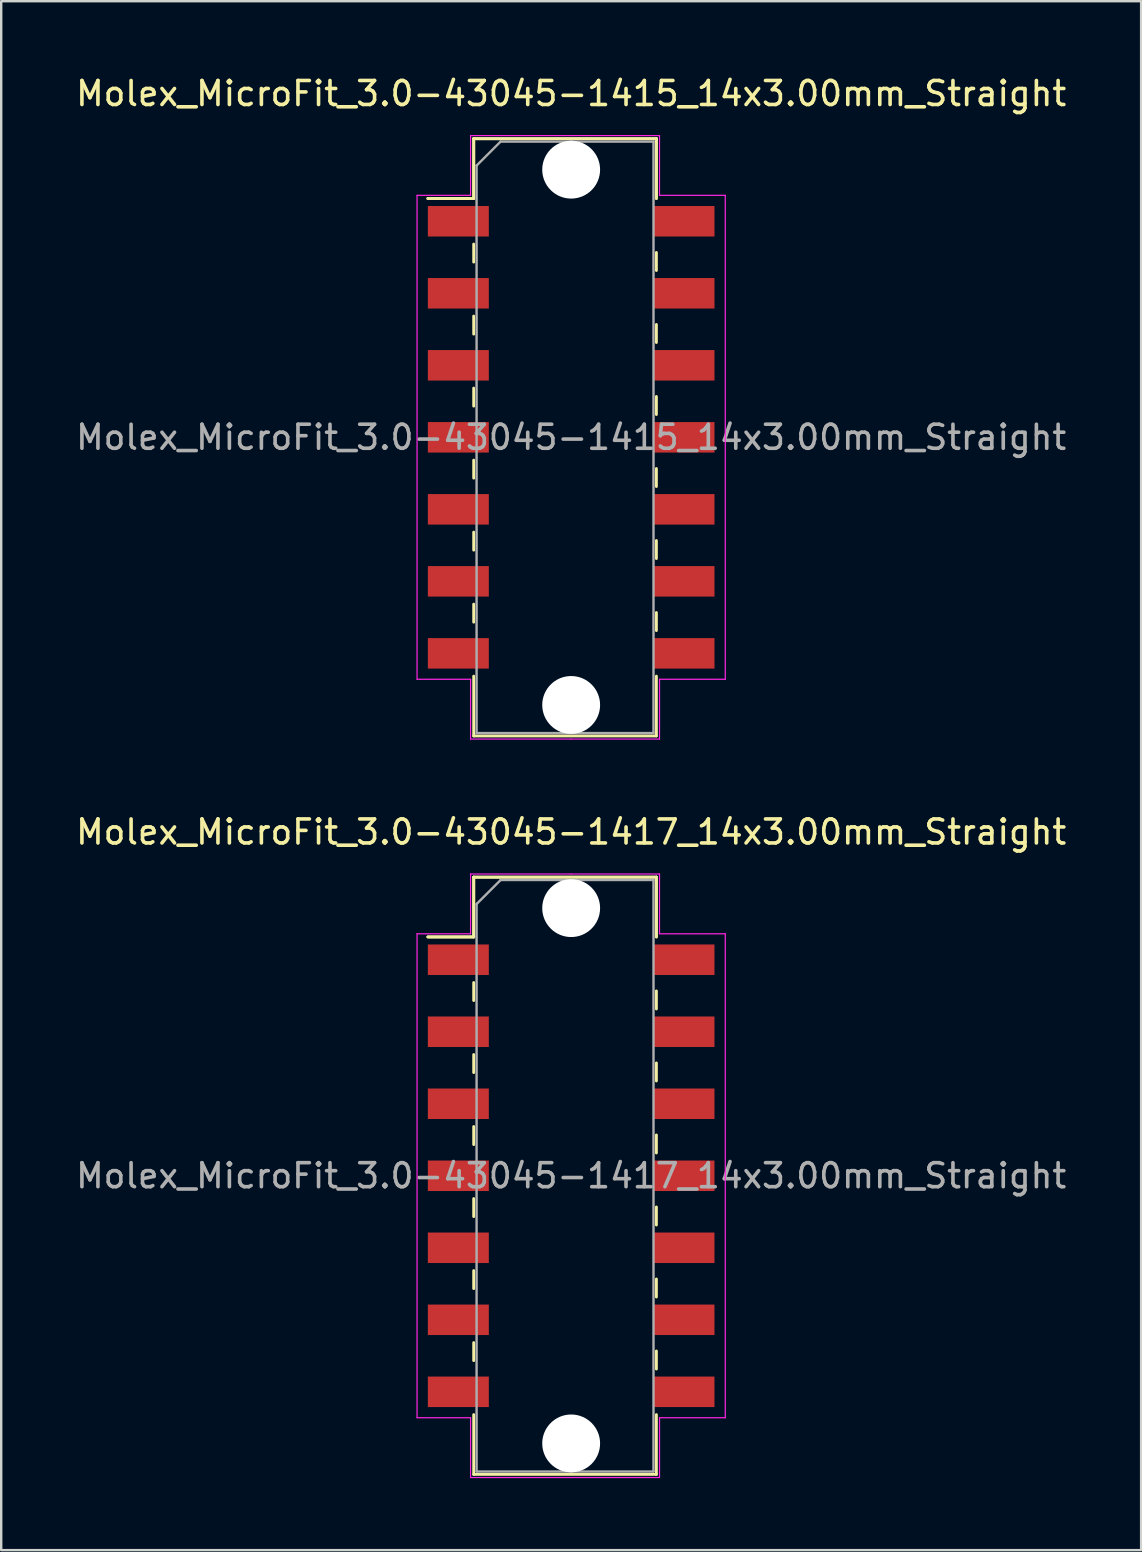
<source format=kicad_pcb>
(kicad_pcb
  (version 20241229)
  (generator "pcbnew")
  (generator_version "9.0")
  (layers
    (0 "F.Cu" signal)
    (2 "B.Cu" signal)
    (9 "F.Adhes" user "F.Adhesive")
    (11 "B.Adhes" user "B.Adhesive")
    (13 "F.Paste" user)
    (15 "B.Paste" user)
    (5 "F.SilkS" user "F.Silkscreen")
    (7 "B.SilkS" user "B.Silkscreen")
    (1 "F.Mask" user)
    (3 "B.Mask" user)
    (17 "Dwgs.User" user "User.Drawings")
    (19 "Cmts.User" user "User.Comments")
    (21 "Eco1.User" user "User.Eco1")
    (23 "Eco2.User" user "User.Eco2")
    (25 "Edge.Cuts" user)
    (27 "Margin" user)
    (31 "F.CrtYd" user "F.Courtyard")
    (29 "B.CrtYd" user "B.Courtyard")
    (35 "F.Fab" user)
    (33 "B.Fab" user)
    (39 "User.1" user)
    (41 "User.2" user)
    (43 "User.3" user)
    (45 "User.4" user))
  (footprint "Molex_MicroFit_3.0-43045-1417_14x3.00mm_Straight"
    (layer "F.Cu")
    (at 20.744 45.931)
    (property "Reference" "Molex_MicroFit_3.0-43045-1417_14x3.00mm_Straight" (at 0 -14.32 0) (layer "F.SilkS") (effects (font (size 1 1) (thickness 0.15))))
    (attr smd)
    (fp_line (start -5.97 -9.95) (end -4.06 -9.95) (stroke (width 0.12) (type solid)) (layer "F.SilkS"))
    (fp_line (start -5.97 -9.95) (end -4.06 -9.95) (stroke (width 0.12) (type solid)) (layer "F.SilkS"))
    (fp_line (start -4.06 -12.44) (end 3.55 -12.44) (stroke (width 0.12) (type solid)) (layer "F.SilkS"))
    (fp_line (start -4.06 -12.44) (end 3.55 -12.44) (stroke (width 0.12) (type solid)) (layer "F.SilkS"))
    (fp_line (start -4.06 -9.95) (end -4.06 -12.44) (stroke (width 0.12) (type solid)) (layer "F.SilkS"))
    (fp_line (start -4.06 -9.95) (end -4.06 -12.44) (stroke (width 0.12) (type solid)) (layer "F.SilkS"))
    (fp_line (start -4.06 -8.05) (end -4.06 -7.3) (stroke (width 0.12) (type solid)) (layer "F.SilkS"))
    (fp_line (start -4.06 -5.05) (end -4.06 -4.3) (stroke (width 0.12) (type solid)) (layer "F.SilkS"))
    (fp_line (start -4.06 -2.05) (end -4.06 -1.3) (stroke (width 0.12) (type solid)) (layer "F.SilkS"))
    (fp_line (start -4.06 0.95) (end -4.06 1.7) (stroke (width 0.12) (type solid)) (layer "F.SilkS"))
    (fp_line (start -4.06 3.95) (end -4.06 4.7) (stroke (width 0.12) (type solid)) (layer "F.SilkS"))
    (fp_line (start -4.06 6.95) (end -4.06 7.7) (stroke (width 0.12) (type solid)) (layer "F.SilkS"))
    (fp_line (start -4.06 12.44) (end -4.06 9.95) (stroke (width 0.12) (type solid)) (layer "F.SilkS"))
    (fp_line (start 3.55 -12.44) (end 3.55 -9.95) (stroke (width 0.12) (type solid)) (layer "F.SilkS"))
    (fp_line (start 3.55 -12.44) (end 3.55 -9.95) (stroke (width 0.12) (type solid)) (layer "F.SilkS"))
    (fp_line (start 3.55 -6.95) (end 3.55 -7.7) (stroke (width 0.12) (type solid)) (layer "F.SilkS"))
    (fp_line (start 3.55 -3.95) (end 3.55 -4.7) (stroke (width 0.12) (type solid)) (layer "F.SilkS"))
    (fp_line (start 3.55 -0.95) (end 3.55 -1.7) (stroke (width 0.12) (type solid)) (layer "F.SilkS"))
    (fp_line (start 3.55 2.05) (end 3.55 1.3) (stroke (width 0.12) (type solid)) (layer "F.SilkS"))
    (fp_line (start 3.55 5.05) (end 3.55 4.3) (stroke (width 0.12) (type solid)) (layer "F.SilkS"))
    (fp_line (start 3.55 8.05) (end 3.55 7.3) (stroke (width 0.12) (type solid)) (layer "F.SilkS"))
    (fp_line (start 3.55 9.95) (end 3.55 12.44) (stroke (width 0.12) (type solid)) (layer "F.SilkS"))
    (fp_line (start 3.55 12.44) (end -4.06 12.44) (stroke (width 0.12) (type solid)) (layer "F.SilkS"))
    (fp_line (start -6.42 -10.08) (end -4.19 -10.08) (stroke (width 0.05) (type solid)) (layer "F.CrtYd"))
    (fp_line (start -6.42 10.08) (end -6.42 -10.08) (stroke (width 0.05) (type solid)) (layer "F.CrtYd"))
    (fp_line (start -4.19 -12.57) (end 0 -12.57) (stroke (width 0.05) (type solid)) (layer "F.CrtYd"))
    (fp_line (start -4.19 -10.08) (end -4.19 -12.57) (stroke (width 0.05) (type solid)) (layer "F.CrtYd"))
    (fp_line (start -4.19 10.08) (end -6.42 10.08) (stroke (width 0.05) (type solid)) (layer "F.CrtYd"))
    (fp_line (start -4.19 12.57) (end -4.19 10.08) (stroke (width 0.05) (type solid)) (layer "F.CrtYd"))
    (fp_line (start 0 -12.57) (end 3.68 -12.57) (stroke (width 0.05) (type solid)) (layer "F.CrtYd"))
    (fp_line (start 0 12.57) (end -4.19 12.57) (stroke (width 0.05) (type solid)) (layer "F.CrtYd"))
    (fp_line (start 3.68 -12.57) (end 3.68 -10.08) (stroke (width 0.05) (type solid)) (layer "F.CrtYd"))
    (fp_line (start 3.68 -10.08) (end 6.42 -10.08) (stroke (width 0.05) (type solid)) (layer "F.CrtYd"))
    (fp_line (start 3.68 10.08) (end 3.68 12.57) (stroke (width 0.05) (type solid)) (layer "F.CrtYd"))
    (fp_line (start 3.68 12.57) (end 0 12.57) (stroke (width 0.05) (type solid)) (layer "F.CrtYd"))
    (fp_line (start 6.42 -10.08) (end 6.42 10.08) (stroke (width 0.05) (type solid)) (layer "F.CrtYd"))
    (fp_line (start 6.42 10.08) (end 3.68 10.08) (stroke (width 0.05) (type solid)) (layer "F.CrtYd"))
    (fp_line (start -3.94 -11.32) (end -2.94 -12.32) (stroke (width 0.1) (type solid)) (layer "F.Fab"))
    (fp_line (start -3.94 12.32) (end -3.94 -11.32) (stroke (width 0.1) (type solid)) (layer "F.Fab"))
    (fp_line (start -2.94 -12.32) (end 0 -12.32) (stroke (width 0.1) (type solid)) (layer "F.Fab"))
    (fp_line (start 0 -12.32) (end 3.43 -12.32) (stroke (width 0.1) (type solid)) (layer "F.Fab"))
    (fp_line (start 0 12.32) (end -3.94 12.32) (stroke (width 0.1) (type solid)) (layer "F.Fab"))
    (fp_line (start 3.43 -12.32) (end 3.43 12.32) (stroke (width 0.1) (type solid)) (layer "F.Fab"))
    (fp_line (start 3.43 12.32) (end 0 12.32) (stroke (width 0.1) (type solid)) (layer "F.Fab"))
    (fp_text user "${REFERENCE}" (at 0 0 0) (layer "F.Fab") (effects (font (size 1 1) (thickness 0.15))))
    (pad "" np_thru_hole circle (at 0 -11.15) (size 2.41 2.41) (drill 2.41) (layers "*.Cu"))
    (pad "" np_thru_hole circle (at 0 11.15) (size 2.41 2.41) (drill 2.41) (layers "*.Cu"))
    (pad "1" smd rect (at -4.7 -9) (size 2.54 1.27) (layers "F.Cu" "F.Mask" "F.Paste"))
    (pad "2" smd rect (at -4.7 -6) (size 2.54 1.27) (layers "F.Cu" "F.Mask" "F.Paste"))
    (pad "3" smd rect (at -4.7 -3) (size 2.54 1.27) (layers "F.Cu" "F.Mask" "F.Paste"))
    (pad "4" smd rect (at -4.7 0) (size 2.54 1.27) (layers "F.Cu" "F.Mask" "F.Paste"))
    (pad "5" smd rect (at -4.7 3) (size 2.54 1.27) (layers "F.Cu" "F.Mask" "F.Paste"))
    (pad "6" smd rect (at -4.7 6) (size 2.54 1.27) (layers "F.Cu" "F.Mask" "F.Paste"))
    (pad "7" smd rect (at -4.7 9) (size 2.54 1.27) (layers "F.Cu" "F.Mask" "F.Paste"))
    (pad "8" smd rect (at 4.7 9) (size 2.54 1.27) (layers "F.Cu" "F.Mask" "F.Paste"))
    (pad "9" smd rect (at 4.7 6) (size 2.54 1.27) (layers "F.Cu" "F.Mask" "F.Paste"))
    (pad "10" smd rect (at 4.7 3) (size 2.54 1.27) (layers "F.Cu" "F.Mask" "F.Paste"))
    (pad "11" smd rect (at 4.7 0) (size 2.54 1.27) (layers "F.Cu" "F.Mask" "F.Paste"))
    (pad "12" smd rect (at 4.7 -3) (size 2.54 1.27) (layers "F.Cu" "F.Mask" "F.Paste"))
    (pad "13" smd rect (at 4.7 -6) (size 2.54 1.27) (layers "F.Cu" "F.Mask" "F.Paste"))
    (pad "14" smd rect (at 4.7 -9) (size 2.54 1.27) (layers "F.Cu" "F.Mask" "F.Paste")))
  (footprint "Molex_MicroFit_3.0-43045-1415_14x3.00mm_Straight"
    (layer "F.Cu")
    (at 20.744 15.168)
    (property "Reference" "Molex_MicroFit_3.0-43045-1415_14x3.00mm_Straight" (at 0 -14.32 0) (layer "F.SilkS") (effects (font (size 1 1) (thickness 0.15))))
    (attr smd)
    (fp_line (start -5.97 -9.95) (end -4.06 -9.95) (stroke (width 0.12) (type solid)) (layer "F.SilkS"))
    (fp_line (start -5.97 -9.95) (end -4.06 -9.95) (stroke (width 0.12) (type solid)) (layer "F.SilkS"))
    (fp_line (start -4.06 -12.44) (end 3.55 -12.44) (stroke (width 0.12) (type solid)) (layer "F.SilkS"))
    (fp_line (start -4.06 -12.44) (end 3.55 -12.44) (stroke (width 0.12) (type solid)) (layer "F.SilkS"))
    (fp_line (start -4.06 -9.95) (end -4.06 -12.44) (stroke (width 0.12) (type solid)) (layer "F.SilkS"))
    (fp_line (start -4.06 -9.95) (end -4.06 -12.44) (stroke (width 0.12) (type solid)) (layer "F.SilkS"))
    (fp_line (start -4.06 -8.05) (end -4.06 -7.3) (stroke (width 0.12) (type solid)) (layer "F.SilkS"))
    (fp_line (start -4.06 -5.05) (end -4.06 -4.3) (stroke (width 0.12) (type solid)) (layer "F.SilkS"))
    (fp_line (start -4.06 -2.05) (end -4.06 -1.3) (stroke (width 0.12) (type solid)) (layer "F.SilkS"))
    (fp_line (start -4.06 0.95) (end -4.06 1.7) (stroke (width 0.12) (type solid)) (layer "F.SilkS"))
    (fp_line (start -4.06 3.95) (end -4.06 4.7) (stroke (width 0.12) (type solid)) (layer "F.SilkS"))
    (fp_line (start -4.06 6.95) (end -4.06 7.7) (stroke (width 0.12) (type solid)) (layer "F.SilkS"))
    (fp_line (start -4.06 12.44) (end -4.06 9.95) (stroke (width 0.12) (type solid)) (layer "F.SilkS"))
    (fp_line (start 3.55 -12.44) (end 3.55 -9.95) (stroke (width 0.12) (type solid)) (layer "F.SilkS"))
    (fp_line (start 3.55 -12.44) (end 3.55 -9.95) (stroke (width 0.12) (type solid)) (layer "F.SilkS"))
    (fp_line (start 3.55 -6.95) (end 3.55 -7.7) (stroke (width 0.12) (type solid)) (layer "F.SilkS"))
    (fp_line (start 3.55 -3.95) (end 3.55 -4.7) (stroke (width 0.12) (type solid)) (layer "F.SilkS"))
    (fp_line (start 3.55 -0.95) (end 3.55 -1.7) (stroke (width 0.12) (type solid)) (layer "F.SilkS"))
    (fp_line (start 3.55 2.05) (end 3.55 1.3) (stroke (width 0.12) (type solid)) (layer "F.SilkS"))
    (fp_line (start 3.55 5.05) (end 3.55 4.3) (stroke (width 0.12) (type solid)) (layer "F.SilkS"))
    (fp_line (start 3.55 8.05) (end 3.55 7.3) (stroke (width 0.12) (type solid)) (layer "F.SilkS"))
    (fp_line (start 3.55 9.95) (end 3.55 12.44) (stroke (width 0.12) (type solid)) (layer "F.SilkS"))
    (fp_line (start 3.55 12.44) (end -4.06 12.44) (stroke (width 0.12) (type solid)) (layer "F.SilkS"))
    (fp_line (start -6.42 -10.08) (end -4.19 -10.08) (stroke (width 0.05) (type solid)) (layer "F.CrtYd"))
    (fp_line (start -6.42 10.08) (end -6.42 -10.08) (stroke (width 0.05) (type solid)) (layer "F.CrtYd"))
    (fp_line (start -4.19 -12.57) (end 0 -12.57) (stroke (width 0.05) (type solid)) (layer "F.CrtYd"))
    (fp_line (start -4.19 -10.08) (end -4.19 -12.57) (stroke (width 0.05) (type solid)) (layer "F.CrtYd"))
    (fp_line (start -4.19 10.08) (end -6.42 10.08) (stroke (width 0.05) (type solid)) (layer "F.CrtYd"))
    (fp_line (start -4.19 12.57) (end -4.19 10.08) (stroke (width 0.05) (type solid)) (layer "F.CrtYd"))
    (fp_line (start 0 -12.57) (end 3.68 -12.57) (stroke (width 0.05) (type solid)) (layer "F.CrtYd"))
    (fp_line (start 0 12.57) (end -4.19 12.57) (stroke (width 0.05) (type solid)) (layer "F.CrtYd"))
    (fp_line (start 3.68 -12.57) (end 3.68 -10.08) (stroke (width 0.05) (type solid)) (layer "F.CrtYd"))
    (fp_line (start 3.68 -10.08) (end 6.42 -10.08) (stroke (width 0.05) (type solid)) (layer "F.CrtYd"))
    (fp_line (start 3.68 10.08) (end 3.68 12.57) (stroke (width 0.05) (type solid)) (layer "F.CrtYd"))
    (fp_line (start 3.68 12.57) (end 0 12.57) (stroke (width 0.05) (type solid)) (layer "F.CrtYd"))
    (fp_line (start 6.42 -10.08) (end 6.42 10.08) (stroke (width 0.05) (type solid)) (layer "F.CrtYd"))
    (fp_line (start 6.42 10.08) (end 3.68 10.08) (stroke (width 0.05) (type solid)) (layer "F.CrtYd"))
    (fp_line (start -3.94 -11.32) (end -2.94 -12.32) (stroke (width 0.1) (type solid)) (layer "F.Fab"))
    (fp_line (start -3.94 12.32) (end -3.94 -11.32) (stroke (width 0.1) (type solid)) (layer "F.Fab"))
    (fp_line (start -2.94 -12.32) (end 0 -12.32) (stroke (width 0.1) (type solid)) (layer "F.Fab"))
    (fp_line (start 0 -12.32) (end 3.43 -12.32) (stroke (width 0.1) (type solid)) (layer "F.Fab"))
    (fp_line (start 0 12.32) (end -3.94 12.32) (stroke (width 0.1) (type solid)) (layer "F.Fab"))
    (fp_line (start 3.43 -12.32) (end 3.43 12.32) (stroke (width 0.1) (type solid)) (layer "F.Fab"))
    (fp_line (start 3.43 12.32) (end 0 12.32) (stroke (width 0.1) (type solid)) (layer "F.Fab"))
    (fp_text user "${REFERENCE}" (at 0 0 0) (layer "F.Fab") (effects (font (size 1 1) (thickness 0.15))))
    (pad "" np_thru_hole circle (at 0 -11.15) (size 2.41 2.41) (drill 2.41) (layers "*.Cu"))
    (pad "" np_thru_hole circle (at 0 11.15) (size 2.41 2.41) (drill 2.41) (layers "*.Cu"))
    (pad "1" smd rect (at -4.7 -9) (size 2.54 1.27) (layers "F.Cu" "F.Mask" "F.Paste"))
    (pad "2" smd rect (at -4.7 -6) (size 2.54 1.27) (layers "F.Cu" "F.Mask" "F.Paste"))
    (pad "3" smd rect (at -4.7 -3) (size 2.54 1.27) (layers "F.Cu" "F.Mask" "F.Paste"))
    (pad "4" smd rect (at -4.7 0) (size 2.54 1.27) (layers "F.Cu" "F.Mask" "F.Paste"))
    (pad "5" smd rect (at -4.7 3) (size 2.54 1.27) (layers "F.Cu" "F.Mask" "F.Paste"))
    (pad "6" smd rect (at -4.7 6) (size 2.54 1.27) (layers "F.Cu" "F.Mask" "F.Paste"))
    (pad "7" smd rect (at -4.7 9) (size 2.54 1.27) (layers "F.Cu" "F.Mask" "F.Paste"))
    (pad "8" smd rect (at 4.7 9) (size 2.54 1.27) (layers "F.Cu" "F.Mask" "F.Paste"))
    (pad "9" smd rect (at 4.7 6) (size 2.54 1.27) (layers "F.Cu" "F.Mask" "F.Paste"))
    (pad "10" smd rect (at 4.7 3) (size 2.54 1.27) (layers "F.Cu" "F.Mask" "F.Paste"))
    (pad "11" smd rect (at 4.7 0) (size 2.54 1.27) (layers "F.Cu" "F.Mask" "F.Paste"))
    (pad "12" smd rect (at 4.7 -3) (size 2.54 1.27) (layers "F.Cu" "F.Mask" "F.Paste"))
    (pad "13" smd rect (at 4.7 -6) (size 2.54 1.27) (layers "F.Cu" "F.Mask" "F.Paste"))
    (pad "14" smd rect (at 4.7 -9) (size 2.54 1.27) (layers "F.Cu" "F.Mask" "F.Paste")))
  (gr_rect
    (start -3 -3)
    (end 44.488 61.526)
    (stroke (width 0.1) (type default))
    (fill no)
    (layer "Edge.Cuts")))
</source>
